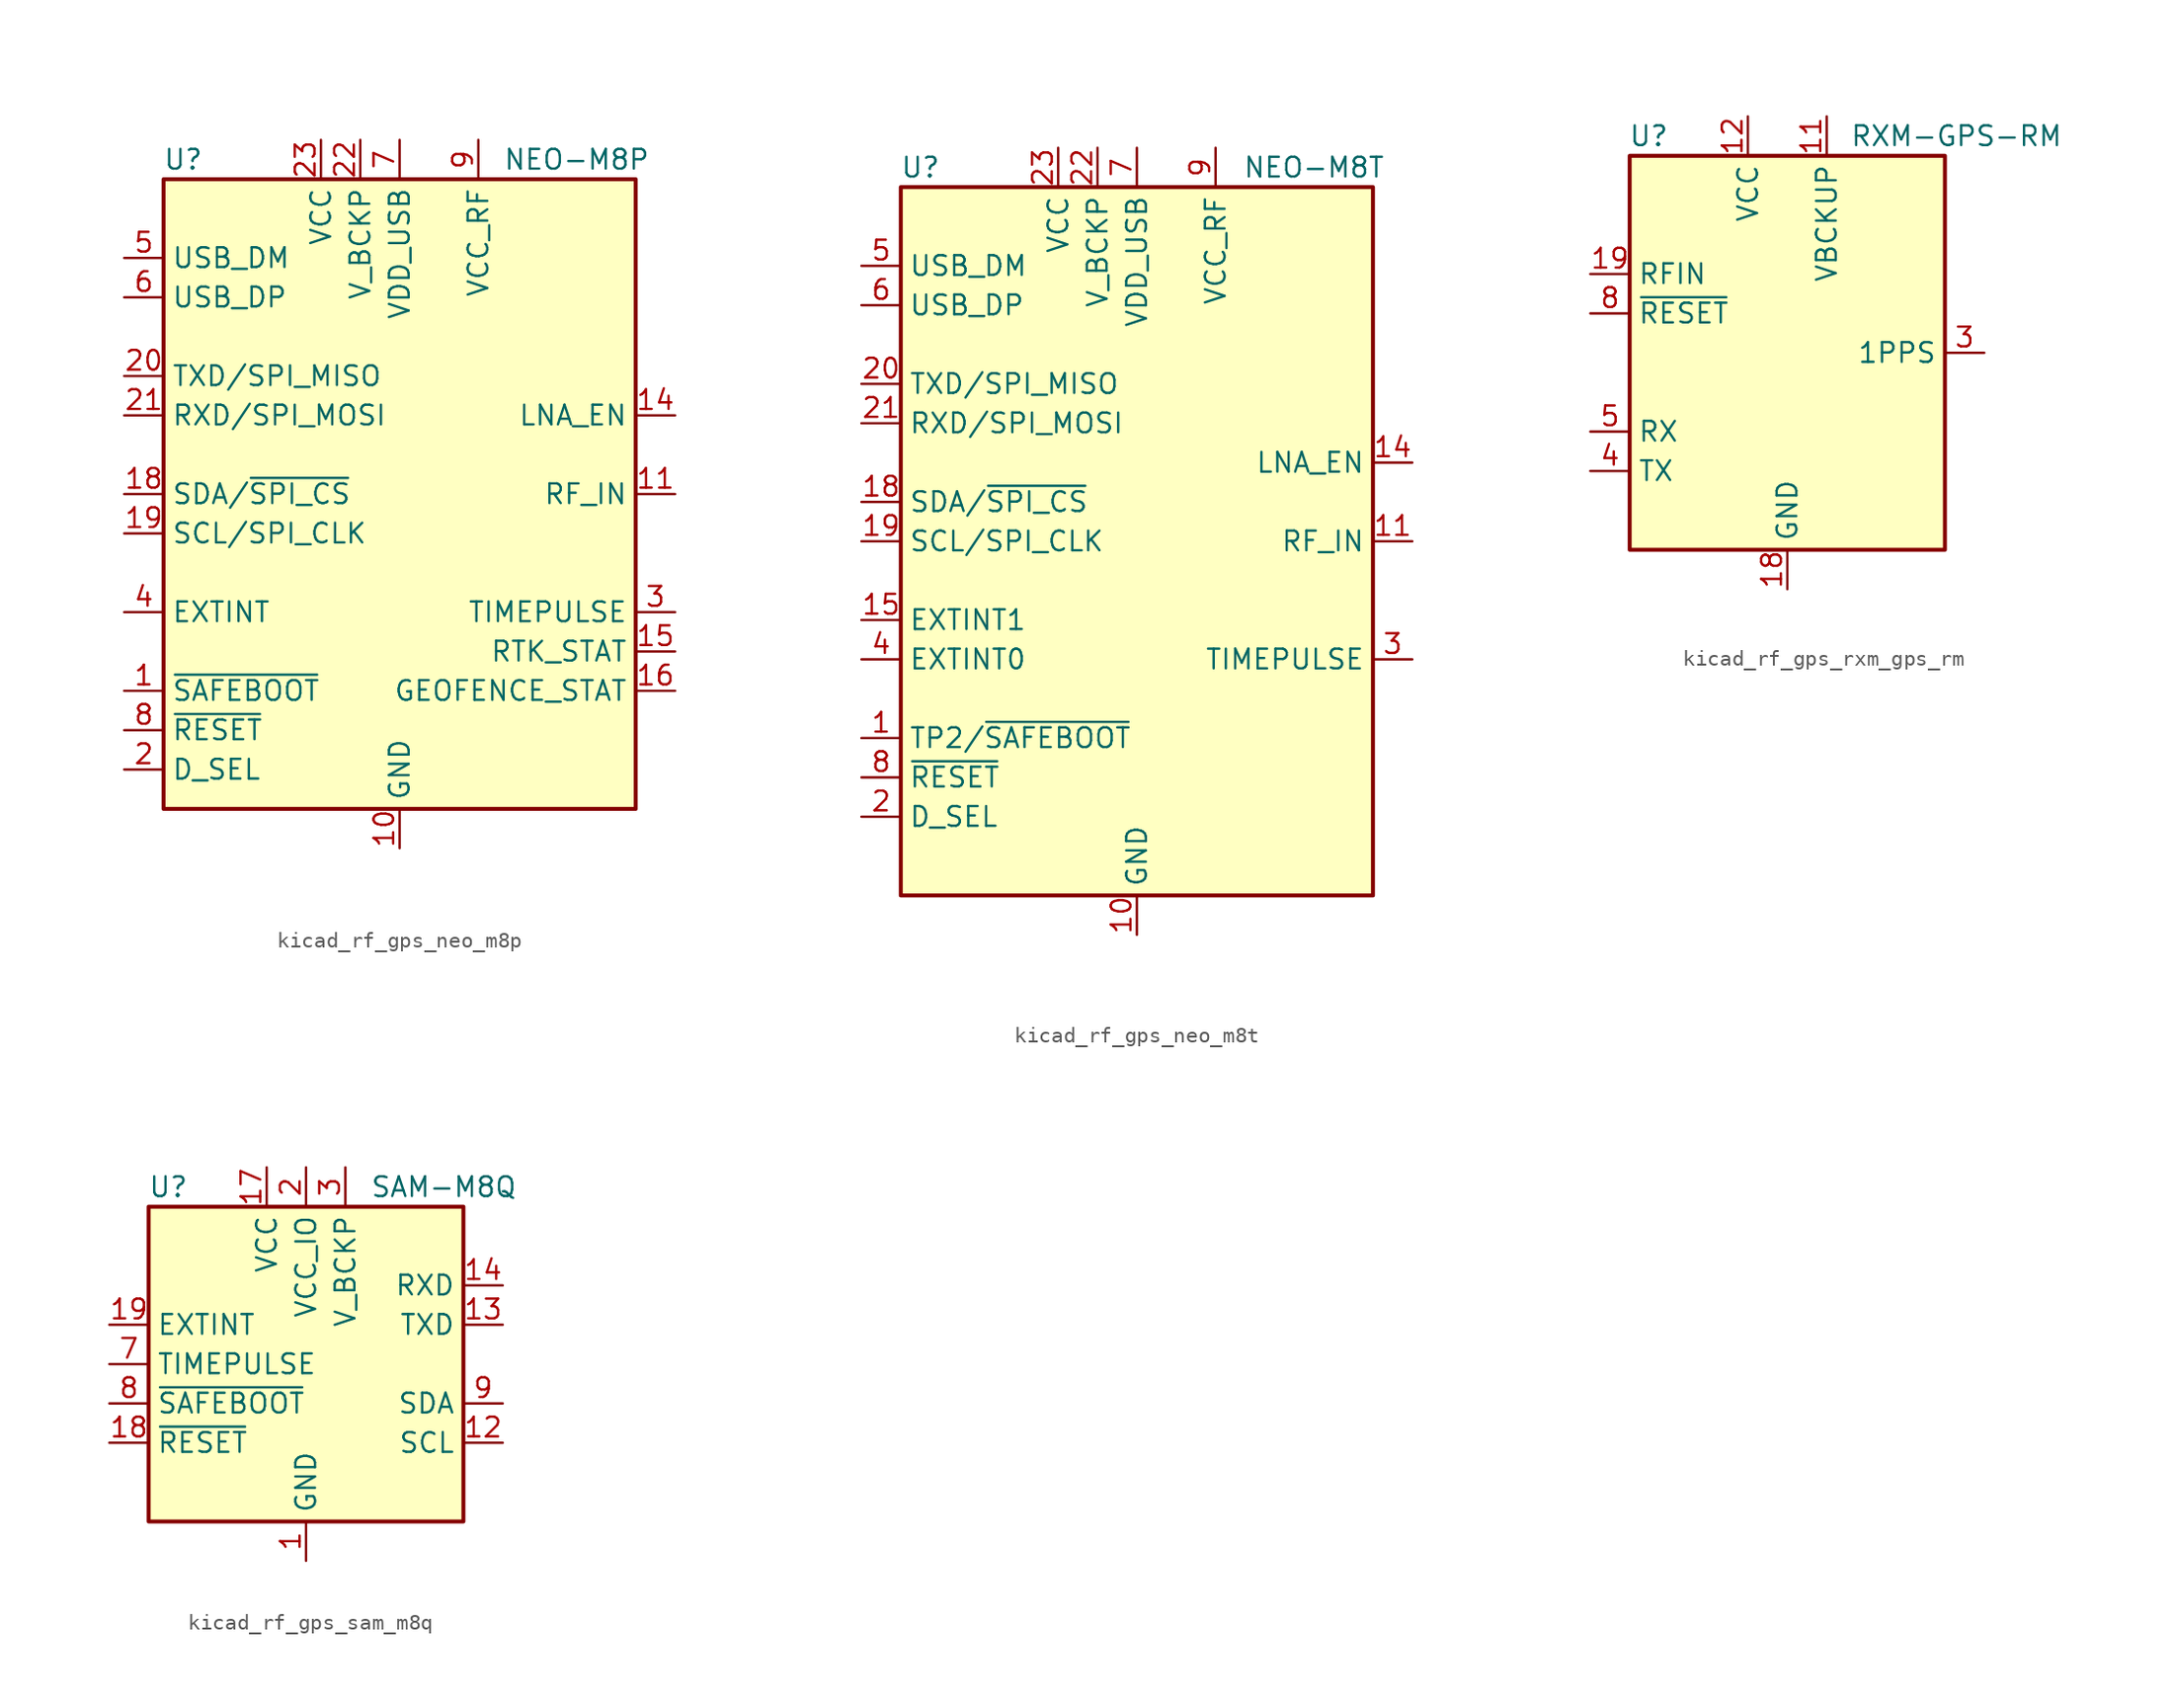
<source format=kicad_sym>
(kicad_symbol_lib
  (version 20220914)
  (generator kicad_symbol_editor)
  (symbol "kicad_rf_gps_neo_m8p"
    (property "Reference" "U"
      (at -13.97 21.59 0)
      (effects (font (size 1.27 1.27))))
    (property "Value" "NEO-M8P"
      (at 11.43 21.59 0)
      (effects (font (size 1.27 1.27))))
    (symbol "kicad_rf_gps_neo_m8p_0_1"
      (rectangle (start -15.24 20.32) (end 15.24 -20.32) (stroke (width 0.254) (type default)) (fill (type background))))
    (symbol "kicad_rf_gps_neo_m8p_1_1"
      (pin input line (at -17.78 -12.7 0) (length 2.54) (name "~{SAFEBOOT}" (effects (font (size 1.27 1.27)))) (number "1" (effects (font (size 1.27 1.27)))))
      (pin power_in line (at 0 -22.86 90) (length 2.54) (name "GND" (effects (font (size 1.27 1.27)))) (number "10" (effects (font (size 1.27 1.27)))))
      (pin input line (at 17.78 0 180) (length 2.54) (name "RF_IN" (effects (font (size 1.27 1.27)))) (number "11" (effects (font (size 1.27 1.27)))))
      (pin passive line (at 0 -22.86 90) (length 2.54) hide (name "GND" (effects (font (size 1.27 1.27)))) (number "12" (effects (font (size 1.27 1.27)))))
      (pin passive line (at 0 -22.86 90) (length 2.54) hide (name "GND" (effects (font (size 1.27 1.27)))) (number "13" (effects (font (size 1.27 1.27)))))
      (pin output line (at 17.78 5.08 180) (length 2.54) (name "LNA_EN" (effects (font (size 1.27 1.27)))) (number "14" (effects (font (size 1.27 1.27)))))
      (pin output line (at 17.78 -10.16 180) (length 2.54) (name "RTK_STAT" (effects (font (size 1.27 1.27)))) (number "15" (effects (font (size 1.27 1.27)))))
      (pin output line (at 17.78 -12.7 180) (length 2.54) (name "GEOFENCE_STAT" (effects (font (size 1.27 1.27)))) (number "16" (effects (font (size 1.27 1.27)))))
      (pin no_connect line (at 15.24 -17.78 180) (length 2.54) hide (name "RESERVED" (effects (font (size 1.27 1.27)))) (number "17" (effects (font (size 1.27 1.27)))))
      (pin bidirectional line (at -17.78 0 0) (length 2.54) (name "SDA/~{SPI_CS}" (effects (font (size 1.27 1.27)))) (number "18" (effects (font (size 1.27 1.27)))))
      (pin input line (at -17.78 -2.54 0) (length 2.54) (name "SCL/SPI_CLK" (effects (font (size 1.27 1.27)))) (number "19" (effects (font (size 1.27 1.27)))))
      (pin input line (at -17.78 -17.78 0) (length 2.54) (name "D_SEL" (effects (font (size 1.27 1.27)))) (number "2" (effects (font (size 1.27 1.27)))))
      (pin output line (at -17.78 7.62 0) (length 2.54) (name "TXD/SPI_MISO" (effects (font (size 1.27 1.27)))) (number "20" (effects (font (size 1.27 1.27)))))
      (pin input line (at -17.78 5.08 0) (length 2.54) (name "RXD/SPI_MOSI" (effects (font (size 1.27 1.27)))) (number "21" (effects (font (size 1.27 1.27)))))
      (pin power_in line (at -2.54 22.86 270) (length 2.54) (name "V_BCKP" (effects (font (size 1.27 1.27)))) (number "22" (effects (font (size 1.27 1.27)))))
      (pin power_in line (at -5.08 22.86 270) (length 2.54) (name "VCC" (effects (font (size 1.27 1.27)))) (number "23" (effects (font (size 1.27 1.27)))))
      (pin passive line (at 0 -22.86 90) (length 2.54) hide (name "GND" (effects (font (size 1.27 1.27)))) (number "24" (effects (font (size 1.27 1.27)))))
      (pin output line (at 17.78 -7.62 180) (length 2.54) (name "TIMEPULSE" (effects (font (size 1.27 1.27)))) (number "3" (effects (font (size 1.27 1.27)))))
      (pin input line (at -17.78 -7.62 0) (length 2.54) (name "EXTINT" (effects (font (size 1.27 1.27)))) (number "4" (effects (font (size 1.27 1.27)))))
      (pin bidirectional line (at -17.78 15.24 0) (length 2.54) (name "USB_DM" (effects (font (size 1.27 1.27)))) (number "5" (effects (font (size 1.27 1.27)))))
      (pin bidirectional line (at -17.78 12.7 0) (length 2.54) (name "USB_DP" (effects (font (size 1.27 1.27)))) (number "6" (effects (font (size 1.27 1.27)))))
      (pin power_in line (at 0 22.86 270) (length 2.54) (name "VDD_USB" (effects (font (size 1.27 1.27)))) (number "7" (effects (font (size 1.27 1.27)))))
      (pin input line (at -17.78 -15.24 0) (length 2.54) (name "~{RESET}" (effects (font (size 1.27 1.27)))) (number "8" (effects (font (size 1.27 1.27)))))
      (pin power_out line (at 5.08 22.86 270) (length 2.54) (name "VCC_RF" (effects (font (size 1.27 1.27)))) (number "9" (effects (font (size 1.27 1.27)))))))
  (symbol "kicad_rf_gps_neo_m8t"
    (property "Reference" "U"
      (at -13.97 24.13 0)
      (effects (font (size 1.27 1.27))))
    (property "Value" "NEO-M8T"
      (at 11.43 24.13 0)
      (effects (font (size 1.27 1.27))))
    (symbol "kicad_rf_gps_neo_m8t_0_1"
      (rectangle (start -15.24 22.86) (end 15.24 -22.86) (stroke (width 0.254) (type default)) (fill (type background))))
    (symbol "kicad_rf_gps_neo_m8t_1_1"
      (pin bidirectional line (at -17.78 -12.7 0) (length 2.54) (name "TP2/~{SAFEBOOT}" (effects (font (size 1.27 1.27)))) (number "1" (effects (font (size 1.27 1.27)))))
      (pin power_in line (at 0 -25.4 90) (length 2.54) (name "GND" (effects (font (size 1.27 1.27)))) (number "10" (effects (font (size 1.27 1.27)))))
      (pin input line (at 17.78 0 180) (length 2.54) (name "RF_IN" (effects (font (size 1.27 1.27)))) (number "11" (effects (font (size 1.27 1.27)))))
      (pin passive line (at 0 -25.4 90) (length 2.54) hide (name "GND" (effects (font (size 1.27 1.27)))) (number "12" (effects (font (size 1.27 1.27)))))
      (pin passive line (at 0 -25.4 90) (length 2.54) hide (name "GND" (effects (font (size 1.27 1.27)))) (number "13" (effects (font (size 1.27 1.27)))))
      (pin output line (at 17.78 5.08 180) (length 2.54) (name "LNA_EN" (effects (font (size 1.27 1.27)))) (number "14" (effects (font (size 1.27 1.27)))))
      (pin input line (at -17.78 -5.08 0) (length 2.54) (name "EXTINT1" (effects (font (size 1.27 1.27)))) (number "15" (effects (font (size 1.27 1.27)))))
      (pin no_connect line (at 15.24 -10.16 180) (length 2.54) hide (name "RESERVED" (effects (font (size 1.27 1.27)))) (number "16" (effects (font (size 1.27 1.27)))))
      (pin no_connect line (at 15.24 -12.7 180) (length 2.54) hide (name "RESERVED" (effects (font (size 1.27 1.27)))) (number "17" (effects (font (size 1.27 1.27)))))
      (pin bidirectional line (at -17.78 2.54 0) (length 2.54) (name "SDA/~{SPI_CS}" (effects (font (size 1.27 1.27)))) (number "18" (effects (font (size 1.27 1.27)))))
      (pin input line (at -17.78 0 0) (length 2.54) (name "SCL/SPI_CLK" (effects (font (size 1.27 1.27)))) (number "19" (effects (font (size 1.27 1.27)))))
      (pin input line (at -17.78 -17.78 0) (length 2.54) (name "D_SEL" (effects (font (size 1.27 1.27)))) (number "2" (effects (font (size 1.27 1.27)))))
      (pin output line (at -17.78 10.16 0) (length 2.54) (name "TXD/SPI_MISO" (effects (font (size 1.27 1.27)))) (number "20" (effects (font (size 1.27 1.27)))))
      (pin input line (at -17.78 7.62 0) (length 2.54) (name "RXD/SPI_MOSI" (effects (font (size 1.27 1.27)))) (number "21" (effects (font (size 1.27 1.27)))))
      (pin power_in line (at -2.54 25.4 270) (length 2.54) (name "V_BCKP" (effects (font (size 1.27 1.27)))) (number "22" (effects (font (size 1.27 1.27)))))
      (pin power_in line (at -5.08 25.4 270) (length 2.54) (name "VCC" (effects (font (size 1.27 1.27)))) (number "23" (effects (font (size 1.27 1.27)))))
      (pin passive line (at 0 -25.4 90) (length 2.54) hide (name "GND" (effects (font (size 1.27 1.27)))) (number "24" (effects (font (size 1.27 1.27)))))
      (pin output line (at 17.78 -7.62 180) (length 2.54) (name "TIMEPULSE" (effects (font (size 1.27 1.27)))) (number "3" (effects (font (size 1.27 1.27)))))
      (pin input line (at -17.78 -7.62 0) (length 2.54) (name "EXTINT0" (effects (font (size 1.27 1.27)))) (number "4" (effects (font (size 1.27 1.27)))))
      (pin bidirectional line (at -17.78 17.78 0) (length 2.54) (name "USB_DM" (effects (font (size 1.27 1.27)))) (number "5" (effects (font (size 1.27 1.27)))))
      (pin bidirectional line (at -17.78 15.24 0) (length 2.54) (name "USB_DP" (effects (font (size 1.27 1.27)))) (number "6" (effects (font (size 1.27 1.27)))))
      (pin power_in line (at 0 25.4 270) (length 2.54) (name "VDD_USB" (effects (font (size 1.27 1.27)))) (number "7" (effects (font (size 1.27 1.27)))))
      (pin input line (at -17.78 -15.24 0) (length 2.54) (name "~{RESET}" (effects (font (size 1.27 1.27)))) (number "8" (effects (font (size 1.27 1.27)))))
      (pin power_out line (at 5.08 25.4 270) (length 2.54) (name "VCC_RF" (effects (font (size 1.27 1.27)))) (number "9" (effects (font (size 1.27 1.27)))))))
  (symbol "kicad_rf_gps_rxm_gps_rm"
    (property "Reference" "U"
      (at -7.62 13.97 0)
      (effects (font (size 1.27 1.27)) (justify right)))
    (property "Value" "RXM-GPS-RM"
      (at 17.78 13.97 0)
      (effects (font (size 1.27 1.27)) (justify right)))
    (symbol "kicad_rf_gps_rxm_gps_rm_0_1"
      (rectangle (start 10.16 -12.7) (end -10.16 12.7) (stroke (width 0.254) (type default)) (fill (type background))))
    (symbol "kicad_rf_gps_rxm_gps_rm_1_1"
      (pin no_connect line (at -10.16 10.16 0) (length 2.54) hide (name "NC" (effects (font (size 1.27 1.27)))) (number "1" (effects (font (size 1.27 1.27)))))
      (pin no_connect line (at 10.16 10.16 180) (length 2.54) hide (name "NC" (effects (font (size 1.27 1.27)))) (number "10" (effects (font (size 1.27 1.27)))))
      (pin power_in line (at 2.54 15.24 270) (length 2.54) (name "VBCKUP" (effects (font (size 1.27 1.27)))) (number "11" (effects (font (size 1.27 1.27)))))
      (pin power_in line (at -2.54 15.24 270) (length 2.54) (name "VCC" (effects (font (size 1.27 1.27)))) (number "12" (effects (font (size 1.27 1.27)))))
      (pin no_connect line (at 10.16 7.62 180) (length 2.54) hide (name "NC" (effects (font (size 1.27 1.27)))) (number "13" (effects (font (size 1.27 1.27)))))
      (pin no_connect line (at 10.16 5.08 180) (length 2.54) hide (name "NC" (effects (font (size 1.27 1.27)))) (number "14" (effects (font (size 1.27 1.27)))))
      (pin no_connect line (at 10.16 2.54 180) (length 2.54) hide (name "NC" (effects (font (size 1.27 1.27)))) (number "15" (effects (font (size 1.27 1.27)))))
      (pin no_connect line (at 10.16 -2.54 180) (length 2.54) hide (name "NC" (effects (font (size 1.27 1.27)))) (number "16" (effects (font (size 1.27 1.27)))))
      (pin power_in line (at 0 -15.24 90) (length 2.54) (name "GND" (effects (font (size 1.27 1.27)))) (number "18" (effects (font (size 1.27 1.27)))))
      (pin input line (at -12.7 5.08 0) (length 2.54) (name "RFIN" (effects (font (size 1.27 1.27)))) (number "19" (effects (font (size 1.27 1.27)))))
      (pin no_connect line (at -10.16 7.62 0) (length 2.54) hide (name "NC" (effects (font (size 1.27 1.27)))) (number "2" (effects (font (size 1.27 1.27)))))
      (pin passive line (at 0 -15.24 90) (length 2.54) hide (name "GND" (effects (font (size 1.27 1.27)))) (number "20" (effects (font (size 1.27 1.27)))))
      (pin passive line (at 0 -15.24 90) (length 2.54) hide (name "GND" (effects (font (size 1.27 1.27)))) (number "21" (effects (font (size 1.27 1.27)))))
      (pin passive line (at 0 -15.24 90) (length 2.54) hide (name "GND" (effects (font (size 1.27 1.27)))) (number "22" (effects (font (size 1.27 1.27)))))
      (pin output line (at 12.7 0 180) (length 2.54) (name "1PPS" (effects (font (size 1.27 1.27)))) (number "3" (effects (font (size 1.27 1.27)))))
      (pin output line (at -12.7 -7.62 0) (length 2.54) (name "TX" (effects (font (size 1.27 1.27)))) (number "4" (effects (font (size 1.27 1.27)))))
      (pin input line (at -12.7 -5.08 0) (length 2.54) (name "RX" (effects (font (size 1.27 1.27)))) (number "5" (effects (font (size 1.27 1.27)))))
      (pin no_connect line (at -10.16 0 0) (length 2.54) hide (name "NC" (effects (font (size 1.27 1.27)))) (number "6" (effects (font (size 1.27 1.27)))))
      (pin no_connect line (at -10.16 -2.54 0) (length 2.54) hide (name "NC" (effects (font (size 1.27 1.27)))) (number "7" (effects (font (size 1.27 1.27)))))
      (pin input line (at -12.7 2.54 0) (length 2.54) (name "~{RESET}" (effects (font (size 1.27 1.27)))) (number "8" (effects (font (size 1.27 1.27)))))
      (pin no_connect line (at -10.16 -10.16 0) (length 2.54) hide (name "NC" (effects (font (size 1.27 1.27)))) (number "9" (effects (font (size 1.27 1.27)))))))
  (symbol "kicad_rf_gps_sam_m8q"
    (property "Reference" "U"
      (at -8.89 11.43 0)
      (effects (font (size 1.27 1.27))))
    (property "Value" "SAM-M8Q"
      (at 8.89 11.43 0)
      (effects (font (size 1.27 1.27))))
    (symbol "kicad_rf_gps_sam_m8q_0_1"
      (rectangle (start -10.16 10.16) (end 10.16 -10.16) (stroke (width 0.254) (type default)) (fill (type background))))
    (symbol "kicad_rf_gps_sam_m8q_1_1"
      (pin power_in line (at 0 -12.7 90) (length 2.54) (name "GND" (effects (font (size 1.27 1.27)))) (number "1" (effects (font (size 1.27 1.27)))))
      (pin passive line (at 0 -12.7 90) (length 2.54) hide (name "GND" (effects (font (size 1.27 1.27)))) (number "10" (effects (font (size 1.27 1.27)))))
      (pin passive line (at 0 -12.7 90) (length 2.54) hide (name "GND" (effects (font (size 1.27 1.27)))) (number "11" (effects (font (size 1.27 1.27)))))
      (pin input line (at 12.7 -5.08 180) (length 2.54) (name "SCL" (effects (font (size 1.27 1.27)))) (number "12" (effects (font (size 1.27 1.27)))))
      (pin output line (at 12.7 2.54 180) (length 2.54) (name "TXD" (effects (font (size 1.27 1.27)))) (number "13" (effects (font (size 1.27 1.27)))))
      (pin input line (at 12.7 5.08 180) (length 2.54) (name "RXD" (effects (font (size 1.27 1.27)))) (number "14" (effects (font (size 1.27 1.27)))))
      (pin passive line (at 0 -12.7 90) (length 2.54) hide (name "GND" (effects (font (size 1.27 1.27)))) (number "15" (effects (font (size 1.27 1.27)))))
      (pin passive line (at 0 -12.7 90) (length 2.54) hide (name "GND" (effects (font (size 1.27 1.27)))) (number "16" (effects (font (size 1.27 1.27)))))
      (pin power_in line (at -2.54 12.7 270) (length 2.54) (name "VCC" (effects (font (size 1.27 1.27)))) (number "17" (effects (font (size 1.27 1.27)))))
      (pin input line (at -12.7 -5.08 0) (length 2.54) (name "~{RESET}" (effects (font (size 1.27 1.27)))) (number "18" (effects (font (size 1.27 1.27)))))
      (pin input line (at -12.7 2.54 0) (length 2.54) (name "EXTINT" (effects (font (size 1.27 1.27)))) (number "19" (effects (font (size 1.27 1.27)))))
      (pin power_in line (at 0 12.7 270) (length 2.54) (name "VCC_IO" (effects (font (size 1.27 1.27)))) (number "2" (effects (font (size 1.27 1.27)))))
      (pin passive line (at 0 -12.7 90) (length 2.54) hide (name "GND" (effects (font (size 1.27 1.27)))) (number "20" (effects (font (size 1.27 1.27)))))
      (pin power_in line (at 2.54 12.7 270) (length 2.54) (name "V_BCKP" (effects (font (size 1.27 1.27)))) (number "3" (effects (font (size 1.27 1.27)))))
      (pin passive line (at 0 -12.7 90) (length 2.54) hide (name "GND" (effects (font (size 1.27 1.27)))) (number "4" (effects (font (size 1.27 1.27)))))
      (pin passive line (at 0 -12.7 90) (length 2.54) hide (name "GND" (effects (font (size 1.27 1.27)))) (number "5" (effects (font (size 1.27 1.27)))))
      (pin passive line (at 0 -12.7 90) (length 2.54) hide (name "GND" (effects (font (size 1.27 1.27)))) (number "6" (effects (font (size 1.27 1.27)))))
      (pin output line (at -12.7 0 0) (length 2.54) (name "TIMEPULSE" (effects (font (size 1.27 1.27)))) (number "7" (effects (font (size 1.27 1.27)))))
      (pin input line (at -12.7 -2.54 0) (length 2.54) (name "~{SAFEBOOT}" (effects (font (size 1.27 1.27)))) (number "8" (effects (font (size 1.27 1.27)))))
      (pin bidirectional line (at 12.7 -2.54 180) (length 2.54) (name "SDA" (effects (font (size 1.27 1.27)))) (number "9" (effects (font (size 1.27 1.27))))))))
</source>
